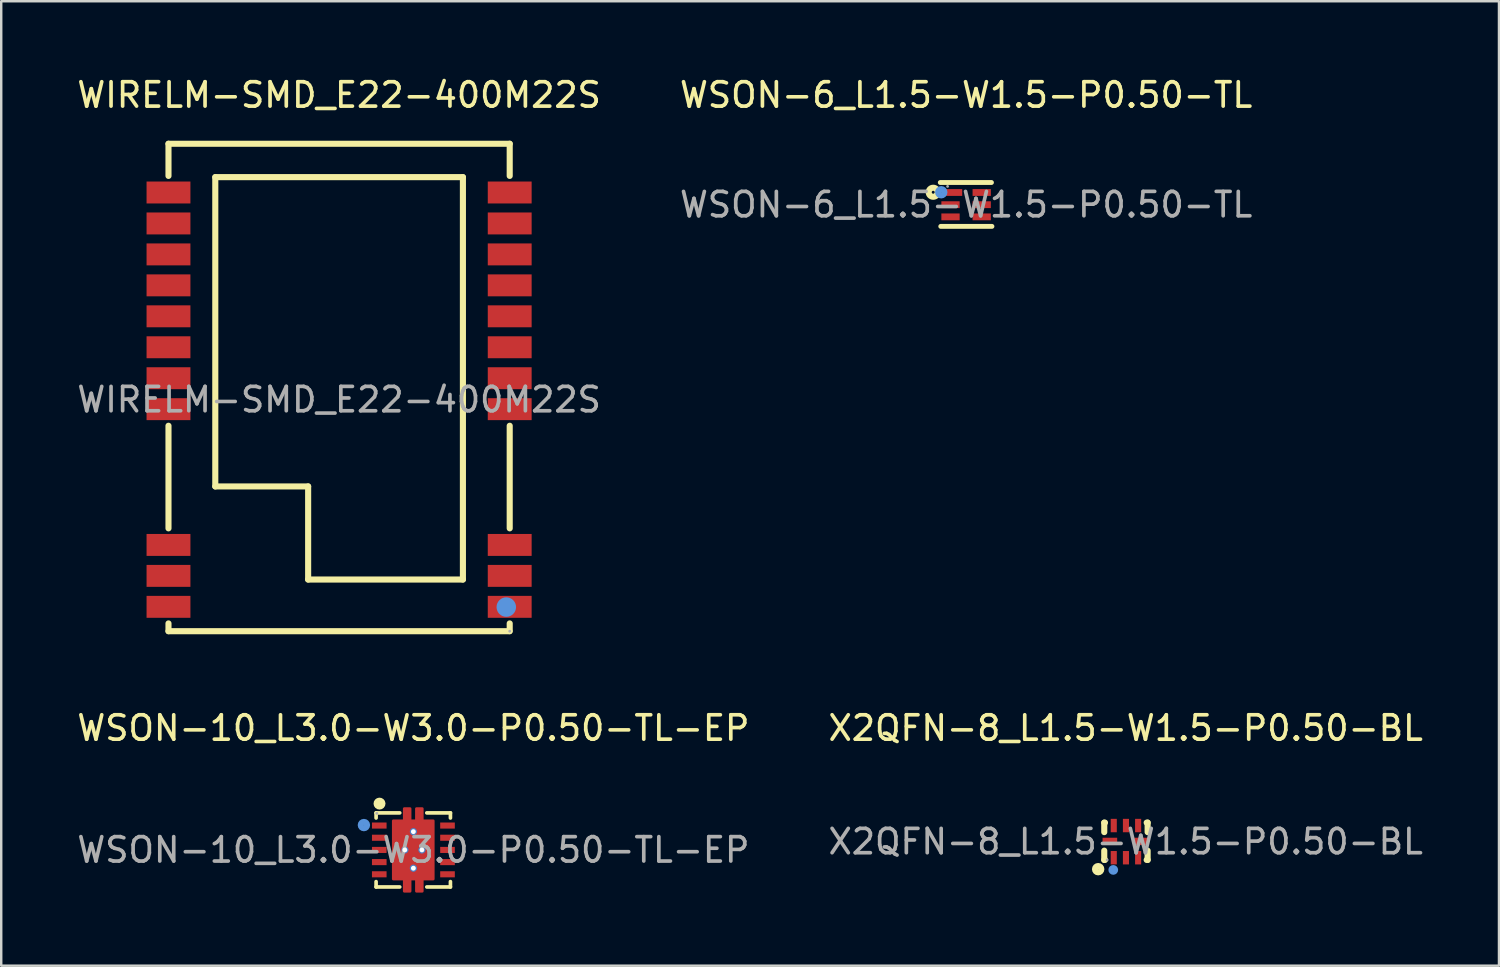
<source format=kicad_pcb>
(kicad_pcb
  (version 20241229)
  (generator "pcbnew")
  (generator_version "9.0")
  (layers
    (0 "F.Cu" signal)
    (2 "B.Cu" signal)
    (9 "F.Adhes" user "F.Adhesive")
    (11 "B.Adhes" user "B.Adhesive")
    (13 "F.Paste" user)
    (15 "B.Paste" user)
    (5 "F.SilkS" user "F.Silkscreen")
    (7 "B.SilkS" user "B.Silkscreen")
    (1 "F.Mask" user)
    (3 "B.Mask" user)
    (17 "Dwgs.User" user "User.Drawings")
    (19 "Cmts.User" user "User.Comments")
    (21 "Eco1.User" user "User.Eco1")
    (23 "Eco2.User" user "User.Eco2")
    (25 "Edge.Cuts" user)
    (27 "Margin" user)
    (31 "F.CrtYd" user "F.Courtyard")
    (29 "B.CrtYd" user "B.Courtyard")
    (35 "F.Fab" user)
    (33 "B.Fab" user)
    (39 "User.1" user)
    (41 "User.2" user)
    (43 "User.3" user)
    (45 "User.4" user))
  (footprint "X2QFN-8_L1.5-W1.5-P0.50-BL"
    (layer "F.Cu")
    (at 43.137 31.482)
    (property "Reference" "X2QFN-8_L1.5-W1.5-P0.50-BL" (at 0 -4.66 0) (layer "F.SilkS") (effects (font (size 1 1) (thickness 0.15))))
    (attr smd)
    (fp_line (start -0.88 -0.78) (end -0.88 -0.39) (stroke (width 0.25) (type solid)) (layer "F.SilkS"))
    (fp_line (start -0.88 0.37) (end -0.88 0.75) (stroke (width 0.25) (type solid)) (layer "F.SilkS"))
    (fp_line (start -0.88 0.75) (end -0.85 0.75) (stroke (width 0.25) (type solid)) (layer "F.SilkS"))
    (fp_line (start -0.85 -0.78) (end -0.88 -0.78) (stroke (width 0.25) (type solid)) (layer "F.SilkS"))
    (fp_line (start 0.86 0.75) (end 0.9 0.75) (stroke (width 0.25) (type solid)) (layer "F.SilkS"))
    (fp_line (start 0.9 -0.78) (end 0.86 -0.78) (stroke (width 0.25) (type solid)) (layer "F.SilkS"))
    (fp_line (start 0.9 -0.39) (end 0.9 -0.78) (stroke (width 0.25) (type solid)) (layer "F.SilkS"))
    (fp_line (start 0.9 0.75) (end 0.9 0.37) (stroke (width 0.25) (type solid)) (layer "F.SilkS"))
    (fp_circle (center -1.13 1.13) (end -1 1.13) (stroke (width 0.25) (type solid)) (fill no) (layer "F.SilkS"))
    (fp_circle (center -0.51 1.16) (end -0.41 1.16) (stroke (width 0.2) (type solid)) (fill no) (layer "Cmts.User"))
    (fp_circle (center -0.76 0.75) (end -0.73 0.75) (stroke (width 0.06) (type solid)) (fill no) (layer "F.Fab"))
    (fp_text user "${REFERENCE}" (at 0 0 0) (layer "F.Fab") (effects (font (size 1 1) (thickness 0.15))))
    (pad "1" smd rect (at -0.49 0.66 270) (size 0.55 0.25) (layers "F.Cu" "F.Mask" "F.Paste"))
    (pad "2" smd rect (at 0.01 0.66 270) (size 0.55 0.25) (layers "F.Cu" "F.Mask" "F.Paste"))
    (pad "3" smd rect (at 0.51 0.66 270) (size 0.55 0.25) (layers "F.Cu" "F.Mask" "F.Paste"))
    (pad "4" smd rect (at 0.65 -0.01) (size 0.6 0.3) (layers "F.Cu" "F.Mask" "F.Paste"))
    (pad "5" smd rect (at 0.51 -0.66 270) (size 0.55 0.25) (layers "F.Cu" "F.Mask" "F.Paste"))
    (pad "6" smd rect (at 0.01 -0.66 270) (size 0.55 0.25) (layers "F.Cu" "F.Mask" "F.Paste"))
    (pad "7" smd rect (at -0.49 -0.66 270) (size 0.55 0.25) (layers "F.Cu" "F.Mask" "F.Paste"))
    (pad "8" smd rect (at -0.65 -0.01) (size 0.6 0.3) (layers "F.Cu" "F.Mask" "F.Paste")))
  (footprint "WSON-10_L3.0-W3.0-P0.50-TL-EP"
    (layer "F.Cu")
    (at 13.911 31.822)
    (property "Reference" "WSON-10_L3.0-W3.0-P0.50-TL-EP" (at 0 -5 0) (layer "F.SilkS") (effects (font (size 1 1) (thickness 0.15))))
    (attr smd)
    (fp_line (start -1.53 -1.52) (end -1.53 -1.31) (stroke (width 0.15) (type solid)) (layer "F.SilkS"))
    (fp_line (start -1.53 1.3) (end -1.53 1.52) (stroke (width 0.15) (type solid)) (layer "F.SilkS"))
    (fp_line (start -1.53 1.52) (end -0.56 1.52) (stroke (width 0.15) (type solid)) (layer "F.SilkS"))
    (fp_line (start -0.56 -1.52) (end -1.53 -1.52) (stroke (width 0.15) (type solid)) (layer "F.SilkS"))
    (fp_line (start 0.55 1.52) (end 1.52 1.52) (stroke (width 0.15) (type solid)) (layer "F.SilkS"))
    (fp_line (start 1.52 -1.52) (end 0.55 -1.52) (stroke (width 0.15) (type solid)) (layer "F.SilkS"))
    (fp_line (start 1.52 -1.31) (end 1.52 -1.52) (stroke (width 0.15) (type solid)) (layer "F.SilkS"))
    (fp_line (start 1.52 1.52) (end 1.52 1.3) (stroke (width 0.15) (type solid)) (layer "F.SilkS"))
    (fp_arc (start -1.27 -1.9) (mid -1.509896 -1.894996) (end -1.270417 -1.91) (stroke (width 0.25) (type solid)) (layer "F.SilkS"))
    (fp_circle (center -2.03 -1.02) (end -1.9 -1.02) (stroke (width 0.25) (type solid)) (fill no) (layer "Cmts.User"))
    (fp_circle (center -1.5 -1.5) (end -1.47 -1.5) (stroke (width 0.06) (type solid)) (fill no) (layer "F.Fab"))
    (fp_text user "${REFERENCE}" (at 0 0 0) (layer "F.Fab") (effects (font (size 1 1) (thickness 0.15))))
    (pad "" thru_hole circle (at -0.35 0) (size 0.3 0.3) (drill 0.2) (layers "*.Cu" "*.Paste" "*.Mask"))
    (pad "" thru_hole circle (at 0 -0.75) (size 0.3 0.3) (drill 0.2) (layers "*.Cu" "*.Paste" "*.Mask"))
    (pad "" thru_hole circle (at 0 0.75) (size 0.3 0.3) (drill 0.2) (layers "*.Cu" "*.Paste" "*.Mask"))
    (pad "" thru_hole circle (at 0.35 0) (size 0.3 0.3) (drill 0.2) (layers "*.Cu" "*.Paste" "*.Mask"))
    (pad "1" smd rect (at -1.4 -1 90) (size 0.25 0.6) (layers "F.Cu" "F.Mask" "F.Paste"))
    (pad "2" smd rect (at -1.4 -0.5 90) (size 0.25 0.6) (layers "F.Cu" "F.Mask" "F.Paste"))
    (pad "3" smd rect (at -1.4 0 90) (size 0.25 0.6) (layers "F.Cu" "F.Mask" "F.Paste"))
    (pad "4" smd rect (at -1.4 0.5 90) (size 0.25 0.6) (layers "F.Cu" "F.Mask" "F.Paste"))
    (pad "5" smd rect (at -1.4 1 90) (size 0.25 0.6) (layers "F.Cu" "F.Mask" "F.Paste"))
    (pad "6" smd rect (at 1.4 1 270) (size 0.25 0.6) (layers "F.Cu" "F.Mask" "F.Paste"))
    (pad "7" smd rect (at 1.4 0.5 270) (size 0.25 0.6) (layers "F.Cu" "F.Mask" "F.Paste"))
    (pad "8" smd rect (at 1.4 0 270) (size 0.25 0.6) (layers "F.Cu" "F.Mask" "F.Paste"))
    (pad "9" smd rect (at 1.4 -0.5 270) (size 0.25 0.6) (layers "F.Cu" "F.Mask" "F.Paste"))
    (pad "10" smd rect (at 1.4 -1 270) (size 0.25 0.6) (layers "F.Cu" "F.Mask" "F.Paste"))
    (pad "11" smd custom (at 0 0) (size 0.01 0.01) (layers "F.Cu" "F.Mask" "F.Paste") (options (anchor circle)) (primitives (gr_poly (pts (xy -0.13 -1.7) (xy -0.13 -1.2) (xy 0.12 -1.2) (xy 0.12 -1.7) (xy 0.37 -1.7) (xy 0.37 -1.2) (xy 0.82 -1.2) (xy 0.82 1.2) (xy 0.37 1.2) (xy 0.37 1.7) (xy 0.12 1.7) (xy 0.12 1.2) (xy -0.13 1.2) (xy -0.13 1.7) (xy -0.38 1.7) (xy -0.38 1.2) (xy -0.83 1.2) (xy -0.83 -1.2) (xy -0.38 -1.2) (xy -0.38 -1.7)) (width 0.1) (fill yes)))))
  (footprint "WSON-6_L1.5-W1.5-P0.50-TL"
    (layer "F.Cu")
    (at 36.589 5.348)
    (property "Reference" "WSON-6_L1.5-W1.5-P0.50-TL" (at 0 -4.5 0) (layer "F.SilkS") (effects (font (size 1 1) (thickness 0.15))))
    (attr smd)
    (fp_line (start -1.06 -0.91) (end 1.04 -0.91) (stroke (width 0.2) (type solid)) (layer "F.SilkS"))
    (fp_line (start -1.04 0.89) (end 1.06 0.89) (stroke (width 0.2) (type solid)) (layer "F.SilkS"))
    (fp_circle (center -1.35 -0.51) (end -1.29 -0.51) (stroke (width 0.25) (type solid)) (fill no) (layer "F.SilkS"))
    (fp_circle (center -1.02 -0.51) (end -0.89 -0.51) (stroke (width 0.25) (type solid)) (fill no) (layer "Cmts.User"))
    (fp_circle (center -0.76 -0.75) (end -0.73 -0.75) (stroke (width 0.06) (type solid)) (fill no) (layer "F.Fab"))
    (fp_text user "${REFERENCE}" (at 0 0 0) (layer "F.Fab") (effects (font (size 1 1) (thickness 0.15))))
    (pad "1" smd rect (at -0.58 -0.5) (size 0.84 0.28) (layers "F.Cu" "F.Mask" "F.Paste"))
    (pad "2" smd rect (at -0.64 0) (size 0.75 0.28) (layers "F.Cu" "F.Mask" "F.Paste"))
    (pad "3" smd rect (at -0.64 0.5) (size 0.75 0.28) (layers "F.Cu" "F.Mask" "F.Paste"))
    (pad "4" smd rect (at 0.64 0.5) (size 0.75 0.28) (layers "F.Cu" "F.Mask" "F.Paste"))
    (pad "5" smd rect (at 0.64 0) (size 0.75 0.28) (layers "F.Cu" "F.Mask" "F.Paste"))
    (pad "6" smd rect (at 0.64 -0.5) (size 0.75 0.28) (layers "F.Cu" "F.Mask" "F.Paste")))
  (footprint "WIRELM-SMD_E22-400M22S"
    (layer "F.Cu")
    (at 10.863 13.348)
    (property "Reference" "WIRELM-SMD_E22-400M22S" (at 0 -12.5 0) (layer "F.SilkS") (effects (font (size 1 1) (thickness 0.15))))
    (attr smd)
    (fp_line (start -7 -10.5) (end -7 -9.18) (stroke (width 0.25) (type solid)) (layer "F.SilkS"))
    (fp_line (start -7 -10.5) (end 7 -10.5) (stroke (width 0.25) (type solid)) (layer "F.SilkS"))
    (fp_line (start -7 1.07) (end -7 5.28) (stroke (width 0.25) (type solid)) (layer "F.SilkS"))
    (fp_line (start -7 9.18) (end -7 9.5) (stroke (width 0.25) (type solid)) (layer "F.SilkS"))
    (fp_line (start -7 9.5) (end 6.99 9.5) (stroke (width 0.25) (type solid)) (layer "F.SilkS"))
    (fp_line (start -5.08 -9.13) (end 5.08 -9.13) (stroke (width 0.25) (type solid)) (layer "F.SilkS"))
    (fp_line (start -5.08 3.56) (end -5.08 -9.13) (stroke (width 0.25) (type solid)) (layer "F.SilkS"))
    (fp_line (start -1.27 3.56) (end -5.08 3.56) (stroke (width 0.25) (type solid)) (layer "F.SilkS"))
    (fp_line (start -1.27 7.38) (end -1.27 3.56) (stroke (width 0.25) (type solid)) (layer "F.SilkS"))
    (fp_line (start 5.08 -9.13) (end 5.08 7.38) (stroke (width 0.25) (type solid)) (layer "F.SilkS"))
    (fp_line (start 5.08 7.38) (end -1.27 7.38) (stroke (width 0.25) (type solid)) (layer "F.SilkS"))
    (fp_line (start 7 -10.5) (end 7 -9.18) (stroke (width 0.25) (type solid)) (layer "F.SilkS"))
    (fp_line (start 7 1.07) (end 7 5.28) (stroke (width 0.25) (type solid)) (layer "F.SilkS"))
    (fp_line (start 7 9.18) (end 7 9.5) (stroke (width 0.25) (type solid)) (layer "F.SilkS"))
    (fp_circle (center 6.86 8.51) (end 7.06 8.51) (stroke (width 0.4) (type solid)) (fill no) (layer "Cmts.User"))
    (fp_circle (center 7 9.5) (end 7.03 9.5) (stroke (width 0.06) (type solid)) (fill no) (layer "F.Fab"))
    (fp_text user "${REFERENCE}" (at 0 0 0) (layer "F.Fab") (effects (font (size 1 1) (thickness 0.15))))
    (pad "1" smd rect (at 7 8.5) (size 1.8 0.9) (layers "F.Cu" "F.Mask" "F.Paste"))
    (pad "2" smd rect (at 7 7.23) (size 1.8 0.9) (layers "F.Cu" "F.Mask" "F.Paste"))
    (pad "3" smd rect (at 7 5.96) (size 1.8 0.9) (layers "F.Cu" "F.Mask" "F.Paste"))
    (pad "4" smd rect (at 7 0.39) (size 1.8 0.9) (layers "F.Cu" "F.Mask" "F.Paste"))
    (pad "5" smd rect (at 7 -0.88) (size 1.8 0.9) (layers "F.Cu" "F.Mask" "F.Paste"))
    (pad "6" smd rect (at 7 -2.15) (size 1.8 0.9) (layers "F.Cu" "F.Mask" "F.Paste"))
    (pad "7" smd rect (at 7 -3.42) (size 1.8 0.9) (layers "F.Cu" "F.Mask" "F.Paste"))
    (pad "8" smd rect (at 7 -4.69) (size 1.8 0.9) (layers "F.Cu" "F.Mask" "F.Paste"))
    (pad "9" smd rect (at 7 -5.96) (size 1.8 0.9) (layers "F.Cu" "F.Mask" "F.Paste"))
    (pad "10" smd rect (at 7 -7.23) (size 1.8 0.9) (layers "F.Cu" "F.Mask" "F.Paste"))
    (pad "11" smd rect (at 7 -8.5) (size 1.8 0.9) (layers "F.Cu" "F.Mask" "F.Paste"))
    (pad "12" smd rect (at -7 -8.5) (size 1.8 0.9) (layers "F.Cu" "F.Mask" "F.Paste"))
    (pad "13" smd rect (at -7 -7.23) (size 1.8 0.9) (layers "F.Cu" "F.Mask" "F.Paste"))
    (pad "14" smd rect (at -7 -5.96) (size 1.8 0.9) (layers "F.Cu" "F.Mask" "F.Paste"))
    (pad "15" smd rect (at -7 -4.69) (size 1.8 0.9) (layers "F.Cu" "F.Mask" "F.Paste"))
    (pad "16" smd rect (at -7 -3.42) (size 1.8 0.9) (layers "F.Cu" "F.Mask" "F.Paste"))
    (pad "17" smd rect (at -7 -2.15) (size 1.8 0.9) (layers "F.Cu" "F.Mask" "F.Paste"))
    (pad "18" smd rect (at -7 -0.88) (size 1.8 0.9) (layers "F.Cu" "F.Mask" "F.Paste"))
    (pad "19" smd rect (at -7 0.39) (size 1.8 0.9) (layers "F.Cu" "F.Mask" "F.Paste"))
    (pad "20" smd rect (at -7 5.96) (size 1.8 0.9) (layers "F.Cu" "F.Mask" "F.Paste"))
    (pad "21" smd rect (at -7 7.23) (size 1.8 0.9) (layers "F.Cu" "F.Mask" "F.Paste"))
    (pad "22" smd rect (at -7 8.5) (size 1.8 0.9) (layers "F.Cu" "F.Mask" "F.Paste")))
  (gr_rect
    (start -3 -3)
    (end 58.452 36.572)
    (stroke (width 0.1) (type default))
    (fill no)
    (layer "Edge.Cuts")))
</source>
